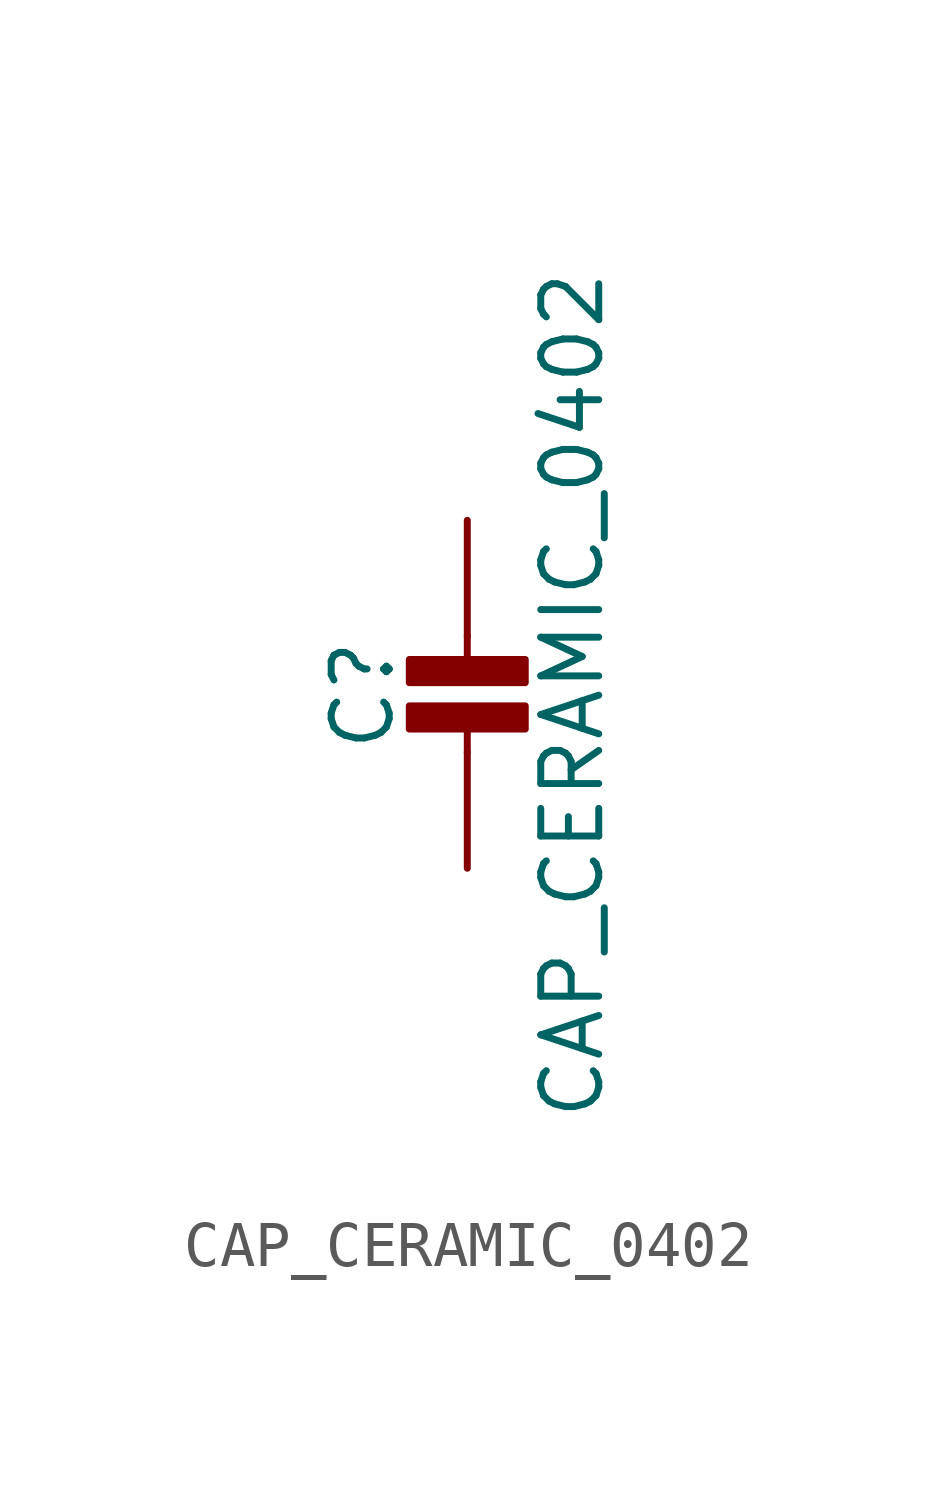
<source format=kicad_sym>
(kicad_symbol_lib
  (version 20211014)
  (generator kicad_symbol_editor)
  (symbol "CAP_CERAMIC_0402"
    (property "Reference" "C"
      (at -2.29 1.25 90)
      (effects (font (size 1.27 1.27))))
    (property "Value" "CAP_CERAMIC_0402"
      (at 2.3 1.25 90)
      (effects (font (size 1.27 1.27))))
    (property "ki_locked" ""
      (at 0 0 0)
      (effects (font (size 1.27 1.27))))
    (symbol "CAP_CERAMIC_0402_1_0"
      (rectangle (start -1.27 0.508) (end 1.27 1.016) (stroke (width 0) (type default) (color 0 0 0 0)) (fill (type outline)))
      (rectangle (start -1.27 1.524) (end 1.27 2.032) (stroke (width 0) (type default) (color 0 0 0 0)) (fill (type outline)))
      (polyline (pts (xy 0 0.762) (xy 0 0)) (stroke (width 0.152) (type default) (color 0 0 0 0)) (fill (type none)))
      (polyline (pts (xy 0 2.54) (xy 0 1.778)) (stroke (width 0.152) (type default) (color 0 0 0 0)) (fill (type none)))
      (pin passive line (at 0 5.08 270) (length 2.54) (name "1" (effects (font (size 0 0)))) (number "1" (effects (font (size 0 0)))))
      (pin passive line (at 0 -2.54 90) (length 2.54) (name "2" (effects (font (size 0 0)))) (number "2" (effects (font (size 0 0))))))))
</source>
